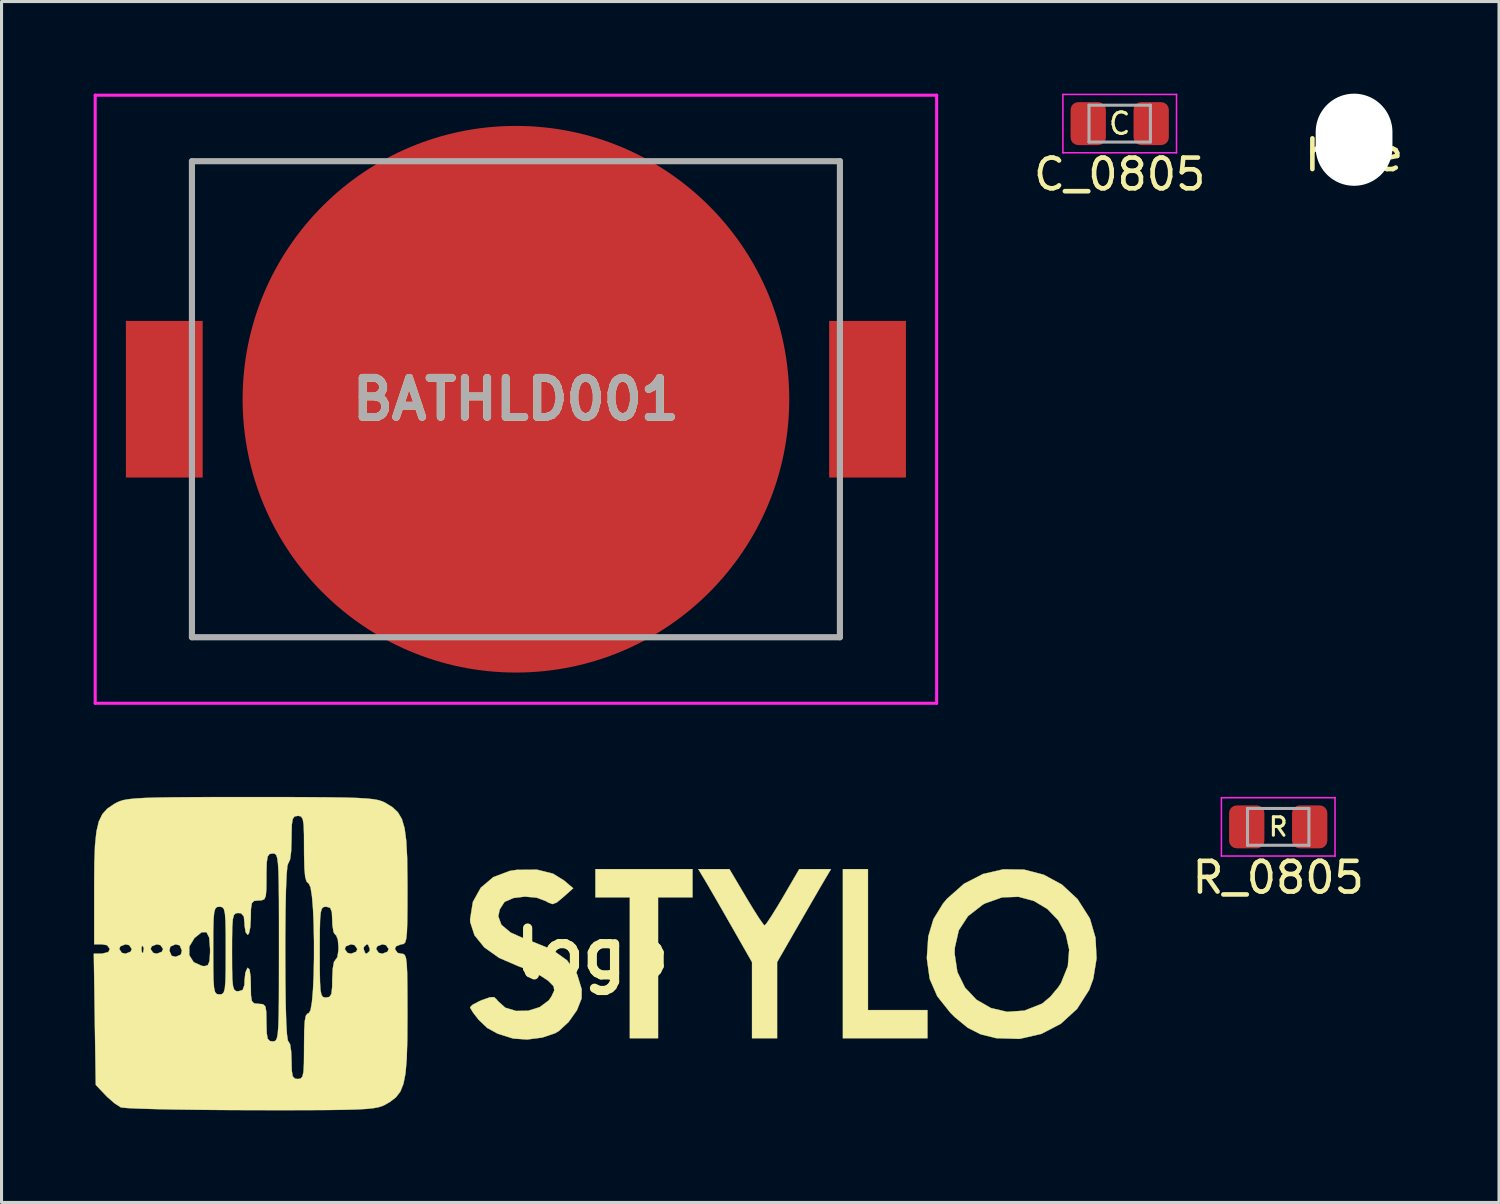
<source format=kicad_pcb>
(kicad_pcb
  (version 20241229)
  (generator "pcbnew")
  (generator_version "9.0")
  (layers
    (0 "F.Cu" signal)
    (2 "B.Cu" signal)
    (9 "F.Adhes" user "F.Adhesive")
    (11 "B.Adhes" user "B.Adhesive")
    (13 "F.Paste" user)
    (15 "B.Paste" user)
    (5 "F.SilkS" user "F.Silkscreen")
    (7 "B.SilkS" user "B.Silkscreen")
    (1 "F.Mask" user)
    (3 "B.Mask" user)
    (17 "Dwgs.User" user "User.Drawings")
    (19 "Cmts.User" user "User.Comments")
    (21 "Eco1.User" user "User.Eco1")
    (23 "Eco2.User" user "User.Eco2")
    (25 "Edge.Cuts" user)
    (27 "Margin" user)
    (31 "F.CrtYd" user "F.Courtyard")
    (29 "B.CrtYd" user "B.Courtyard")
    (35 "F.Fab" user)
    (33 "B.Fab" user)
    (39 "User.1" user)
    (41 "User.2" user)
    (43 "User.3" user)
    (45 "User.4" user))
  (footprint "logo"
    (layer "F.Cu")
    (at 16.236 28.005)
    (property "Reference" "logo" (at 0 0 0) (layer "F.SilkS") (effects (font (size 1.524 1.524) (thickness 0.3))))
    (attr through_hole)
    (fp_poly (pts (xy 8.977 1.836) (xy 10.915 1.836) (xy 10.915 2.754) (xy 8.161 2.754) (xy 8.161 -2.754) (xy 8.977 -2.754) (xy 8.977 1.836)) (stroke (width 0.01) (type solid)) (fill yes) (layer "F.SilkS"))
    (fp_poly (pts (xy 3.264 -1.836) (xy 2.142 -1.836) (xy 2.142 2.754) (xy 1.224 2.754) (xy 1.224 -1.836) (xy 0.102 -1.836) (xy 0.102 -2.754) (xy 3.264 -2.754) (xy 3.264 -1.836)) (stroke (width 0.01) (type solid)) (fill yes) (layer "F.SilkS"))
    (fp_poly (pts (xy 5.01 -1.836) (xy 5.239 -1.458) (xy 5.432 -1.155) (xy 5.566 -0.965) (xy 5.612 -0.918) (xy 5.684 -1.001) (xy 5.833 -1.224) (xy 6.036 -1.55) (xy 6.206 -1.836) (xy 6.741 -2.754) (xy 7.773 -2.754) (xy 7.547 -2.372) (xy 7.407 -2.134) (xy 7.195 -1.768) (xy 6.94 -1.326) (xy 6.669 -0.856) (xy 6.018 0.276) (xy 6.018 2.754) (xy 5.202 2.754) (xy 5.202 0.276) (xy 4.527 -0.907) (xy 4.257 -1.38) (xy 4.004 -1.819) (xy 3.797 -2.176) (xy 3.661 -2.407) (xy 3.652 -2.423) (xy 3.452 -2.754) (xy 4.466 -2.754) (xy 5.01 -1.836)) (stroke (width 0.01) (type solid)) (fill yes) (layer "F.SilkS"))
    (fp_poly (pts (xy 14.055 -2.739) (xy 14.7 -2.572) (xy 15.292 -2.251) (xy 15.799 -1.781) (xy 16.191 -1.166) (xy 16.211 -1.122) (xy 16.387 -0.517) (xy 16.421 0.155) (xy 16.314 0.816) (xy 16.182 1.177) (xy 15.786 1.798) (xy 15.257 2.281) (xy 14.624 2.611) (xy 13.916 2.773) (xy 13.164 2.751) (xy 13.149 2.749) (xy 12.65 2.626) (xy 12.226 2.412) (xy 11.806 2.067) (xy 11.659 1.921) (xy 11.233 1.385) (xy 10.987 0.82) (xy 10.897 0.172) (xy 10.896 0.117) (xy 10.904 0) (xy 11.799 0) (xy 11.889 0.597) (xy 12.137 1.103) (xy 12.511 1.499) (xy 12.98 1.769) (xy 13.51 1.893) (xy 14.07 1.854) (xy 14.628 1.634) (xy 14.665 1.612) (xy 14.918 1.399) (xy 15.172 1.096) (xy 15.263 0.957) (xy 15.486 0.406) (xy 15.529 -0.134) (xy 15.417 -0.641) (xy 15.172 -1.09) (xy 14.818 -1.457) (xy 14.379 -1.719) (xy 13.88 -1.853) (xy 13.343 -1.834) (xy 12.792 -1.638) (xy 12.712 -1.594) (xy 12.233 -1.221) (xy 11.935 -0.763) (xy 11.806 -0.197) (xy 11.799 0) (xy 10.904 0) (xy 10.942 -0.563) (xy 11.11 -1.126) (xy 11.42 -1.631) (xy 11.549 -1.786) (xy 12.102 -2.276) (xy 12.725 -2.596) (xy 13.386 -2.748) (xy 14.055 -2.739)) (stroke (width 0.01) (type solid)) (fill yes) (layer "F.SilkS"))
    (fp_poly (pts (xy -1.28 -2.607) (xy -0.925 -2.388) (xy -0.621 -2.131) (xy -0.944 -1.843) (xy -1.157 -1.666) (xy -1.299 -1.615) (xy -1.445 -1.672) (xy -1.507 -1.711) (xy -1.812 -1.825) (xy -2.195 -1.859) (xy -2.568 -1.813) (xy -2.846 -1.692) (xy -2.864 -1.676) (xy -3.014 -1.441) (xy -3.06 -1.217) (xy -2.959 -0.94) (xy -2.659 -0.689) (xy -2.161 -0.466) (xy -1.989 -0.409) (xy -1.311 -0.134) (xy -0.819 0.218) (xy -0.505 0.651) (xy -0.489 0.686) (xy -0.345 1.157) (xy -0.348 1.458) (xy -0.499 1.84) (xy -0.769 2.222) (xy -1.091 2.52) (xy -1.204 2.587) (xy -1.63 2.731) (xy -2.122 2.794) (xy -2.567 2.763) (xy -2.601 2.755) (xy -3.079 2.605) (xy -3.422 2.417) (xy -3.7 2.151) (xy -3.707 2.143) (xy -3.877 1.924) (xy -3.971 1.768) (xy -3.978 1.742) (xy -3.893 1.659) (xy -3.678 1.547) (xy -3.586 1.509) (xy -3.331 1.419) (xy -3.193 1.415) (xy -3.102 1.502) (xy -3.081 1.535) (xy -2.832 1.759) (xy -2.481 1.864) (xy -2.087 1.857) (xy -1.713 1.741) (xy -1.417 1.521) (xy -1.33 1.397) (xy -1.237 1.195) (xy -1.26 1.058) (xy -1.42 0.895) (xy -1.447 0.872) (xy -1.685 0.717) (xy -2.041 0.546) (xy -2.416 0.403) (xy -3.036 0.135) (xy -3.515 -0.205) (xy -3.834 -0.599) (xy -3.974 -1.026) (xy -3.978 -1.119) (xy -3.888 -1.685) (xy -3.63 -2.15) (xy -3.222 -2.494) (xy -2.685 -2.696) (xy -2.451 -2.731) (xy -1.799 -2.736) (xy -1.28 -2.607)) (stroke (width 0.01) (type solid)) (fill yes) (layer "F.SilkS"))
    (fp_poly (pts (xy -10.098 -5.1) (xy -9.26 -5.097) (xy -8.586 -5.092) (xy -8.055 -5.084) (xy -7.647 -5.071) (xy -7.341 -5.053) (xy -7.117 -5.029) (xy -6.954 -4.998) (xy -6.833 -4.959) (xy -6.739 -4.914) (xy -6.505 -4.77) (xy -6.328 -4.603) (xy -6.199 -4.383) (xy -6.111 -4.083) (xy -6.057 -3.673) (xy -6.028 -3.124) (xy -6.019 -2.409) (xy -6.018 -2.169) (xy -6.019 -1.511) (xy -6.024 -1.029) (xy -6.036 -0.697) (xy -6.058 -0.485) (xy -6.092 -0.368) (xy -6.143 -0.318) (xy -6.212 -0.306) (xy -6.222 -0.306) (xy -6.389 -0.242) (xy -6.427 -0.153) (xy -6.341 -0.028) (xy -6.222 0) (xy -6.153 0.008) (xy -6.101 0.05) (xy -6.065 0.152) (xy -6.041 0.341) (xy -6.027 0.643) (xy -6.021 1.085) (xy -6.019 1.692) (xy -6.018 2.016) (xy -6.023 2.808) (xy -6.042 3.424) (xy -6.081 3.891) (xy -6.148 4.237) (xy -6.25 4.49) (xy -6.393 4.676) (xy -6.584 4.824) (xy -6.739 4.914) (xy -6.839 4.961) (xy -6.962 5) (xy -7.126 5.03) (xy -7.352 5.054) (xy -7.661 5.071) (xy -8.073 5.083) (xy -8.609 5.09) (xy -9.288 5.094) (xy -10.132 5.095) (xy -11.117 5.094) (xy -12.011 5.09) (xy -12.847 5.083) (xy -13.601 5.073) (xy -14.249 5.059) (xy -14.77 5.044) (xy -15.139 5.026) (xy -15.333 5.008) (xy -15.352 5.003) (xy -15.55 4.876) (xy -15.793 4.665) (xy -15.862 4.594) (xy -16.168 4.271) (xy -16.2 2.136) (xy -16.231 0) (xy -15.97 0) (xy -15.761 -0.052) (xy -15.709 -0.153) (xy -15.403 -0.153) (xy -15.318 -0.028) (xy -15.199 0) (xy -15.033 -0.064) (xy -14.995 -0.153) (xy -15.001 -0.162) (xy -14.681 -0.162) (xy -14.662 -0.029) (xy -14.628 -0.028) (xy -14.605 -0.153) (xy -14.383 -0.153) (xy -14.298 -0.028) (xy -14.179 0) (xy -14.013 -0.064) (xy -13.997 -0.102) (xy -13.771 -0.102) (xy -13.699 0.068) (xy -13.567 0.102) (xy -13.441 0.049) (xy -13.123 0.049) (xy -12.978 0.277) (xy -12.707 0.398) (xy -12.623 0.405) (xy -12.519 0.374) (xy -12.465 0.245) (xy -12.446 -0.027) (xy -12.445 -0.102) (xy -12.343 -0.102) (xy -12.341 0.463) (xy -12.334 0.856) (xy -12.316 1.107) (xy -12.283 1.248) (xy -12.23 1.311) (xy -12.154 1.326) (xy -12.139 1.326) (xy -12.058 1.316) (xy -12.002 1.263) (xy -11.966 1.137) (xy -11.946 0.906) (xy -11.937 0.539) (xy -11.935 0.004) (xy -11.935 -0.051) (xy -11.731 -0.051) (xy -11.729 0.478) (xy -11.72 0.836) (xy -11.698 1.057) (xy -11.659 1.173) (xy -11.596 1.218) (xy -11.527 1.224) (xy -11.385 1.183) (xy -11.329 1.025) (xy -11.323 0.873) (xy -11.296 0.619) (xy -11.23 0.466) (xy -11.221 0.459) (xy -11.161 0.513) (xy -11.126 0.749) (xy -11.119 1.014) (xy -11.114 1.355) (xy -11.085 1.54) (xy -11.012 1.617) (xy -10.877 1.632) (xy -10.864 1.632) (xy -10.723 1.645) (xy -10.646 1.716) (xy -10.615 1.892) (xy -10.609 2.223) (xy -10.609 2.244) (xy -10.601 2.586) (xy -10.569 2.771) (xy -10.495 2.845) (xy -10.405 2.856) (xy -10.347 2.85) (xy -10.301 2.818) (xy -10.266 2.738) (xy -10.24 2.589) (xy -10.222 2.349) (xy -10.211 1.997) (xy -10.204 1.512) (xy -10.202 0.871) (xy -10.201 0.053) (xy -10.201 -0.051) (xy -9.997 -0.051) (xy -9.993 0.882) (xy -9.983 1.643) (xy -9.966 2.226) (xy -9.942 2.624) (xy -9.913 2.828) (xy -9.895 2.856) (xy -9.84 2.949) (xy -9.804 3.192) (xy -9.793 3.468) (xy -9.785 3.81) (xy -9.753 3.995) (xy -9.679 4.069) (xy -9.589 4.08) (xy -9.498 4.067) (xy -9.439 4.003) (xy -9.405 3.851) (xy -9.389 3.577) (xy -9.385 3.143) (xy -9.385 3.009) (xy -9.38 2.52) (xy -9.363 2.202) (xy -9.328 2.022) (xy -9.272 1.947) (xy -9.232 1.938) (xy -9.175 1.842) (xy -9.129 1.579) (xy -9.095 1.186) (xy -9.072 0.698) (xy -9.061 0.153) (xy -9.061 -0.051) (xy -8.875 -0.051) (xy -8.873 0.526) (xy -8.866 0.929) (xy -8.849 1.19) (xy -8.818 1.34) (xy -8.768 1.409) (xy -8.696 1.428) (xy -8.671 1.428) (xy -8.557 1.406) (xy -8.495 1.308) (xy -8.47 1.087) (xy -8.467 0.816) (xy -8.451 0.49) (xy -8.411 0.269) (xy -8.365 0.204) (xy -8.301 0.114) (xy -8.265 -0.113) (xy -8.264 -0.153) (xy -8.059 -0.153) (xy -7.974 -0.028) (xy -7.855 0) (xy -7.688 -0.064) (xy -7.651 -0.153) (xy -7.447 -0.153) (xy -7.392 -0.017) (xy -7.345 0) (xy -7.254 -0.083) (xy -7.243 -0.153) (xy -7.039 -0.153) (xy -6.954 -0.028) (xy -6.835 0) (xy -6.668 -0.064) (xy -6.631 -0.153) (xy -6.716 -0.278) (xy -6.835 -0.306) (xy -7.001 -0.242) (xy -7.039 -0.153) (xy -7.243 -0.153) (xy -7.298 -0.289) (xy -7.345 -0.306) (xy -7.435 -0.223) (xy -7.447 -0.153) (xy -7.651 -0.153) (xy -7.736 -0.278) (xy -7.855 -0.306) (xy -8.021 -0.242) (xy -8.059 -0.153) (xy -8.264 -0.153) (xy -8.263 -0.204) (xy -8.285 -0.46) (xy -8.342 -0.602) (xy -8.365 -0.612) (xy -8.425 -0.703) (xy -8.462 -0.934) (xy -8.467 -1.071) (xy -8.48 -1.358) (xy -8.535 -1.494) (xy -8.656 -1.53) (xy -8.671 -1.53) (xy -8.75 -1.52) (xy -8.806 -1.468) (xy -8.842 -1.345) (xy -8.863 -1.119) (xy -8.872 -0.759) (xy -8.875 -0.235) (xy -8.875 -0.051) (xy -9.061 -0.051) (xy -9.061 -0.413) (xy -9.072 -0.964) (xy -9.094 -1.462) (xy -9.128 -1.872) (xy -9.173 -2.157) (xy -9.23 -2.28) (xy -9.232 -2.281) (xy -9.303 -2.348) (xy -9.349 -2.506) (xy -9.374 -2.788) (xy -9.384 -3.23) (xy -9.385 -3.414) (xy -9.387 -3.893) (xy -9.399 -4.203) (xy -9.428 -4.382) (xy -9.48 -4.465) (xy -9.562 -4.488) (xy -9.589 -4.488) (xy -9.693 -4.47) (xy -9.754 -4.388) (xy -9.784 -4.199) (xy -9.792 -3.861) (xy -9.793 -3.723) (xy -9.805 -3.338) (xy -9.84 -3.069) (xy -9.89 -2.959) (xy -9.895 -2.958) (xy -9.928 -2.857) (xy -9.954 -2.56) (xy -9.975 -2.073) (xy -9.989 -1.404) (xy -9.996 -0.56) (xy -9.997 -0.051) (xy -10.201 -0.051) (xy -10.201 -0.204) (xy -10.201 -1.074) (xy -10.203 -1.761) (xy -10.209 -2.287) (xy -10.219 -2.673) (xy -10.235 -2.941) (xy -10.258 -3.113) (xy -10.29 -3.21) (xy -10.333 -3.253) (xy -10.388 -3.264) (xy -10.405 -3.264) (xy -10.509 -3.246) (xy -10.57 -3.164) (xy -10.6 -2.975) (xy -10.609 -2.637) (xy -10.609 -2.499) (xy -10.612 -2.11) (xy -10.631 -1.882) (xy -10.68 -1.772) (xy -10.774 -1.737) (xy -10.864 -1.734) (xy -11.01 -1.72) (xy -11.086 -1.643) (xy -11.115 -1.453) (xy -11.119 -1.173) (xy -11.136 -0.866) (xy -11.179 -0.662) (xy -11.221 -0.612) (xy -11.288 -0.702) (xy -11.322 -0.922) (xy -11.323 -0.969) (xy -11.346 -1.215) (xy -11.435 -1.314) (xy -11.527 -1.326) (xy -11.612 -1.314) (xy -11.669 -1.258) (xy -11.704 -1.122) (xy -11.723 -0.875) (xy -11.73 -0.483) (xy -11.731 -0.051) (xy -11.935 -0.051) (xy -11.935 -0.102) (xy -11.936 -0.667) (xy -11.944 -1.06) (xy -11.962 -1.311) (xy -11.995 -1.452) (xy -12.047 -1.515) (xy -12.124 -1.53) (xy -12.139 -1.53) (xy -12.22 -1.52) (xy -12.276 -1.467) (xy -12.312 -1.341) (xy -12.332 -1.11) (xy -12.341 -0.743) (xy -12.343 -0.208) (xy -12.343 -0.102) (xy -12.445 -0.102) (xy -12.445 -0.153) (xy -12.473 -0.524) (xy -12.563 -0.703) (xy -12.721 -0.697) (xy -12.955 -0.51) (xy -13.122 -0.232) (xy -13.123 0.049) (xy -13.441 0.049) (xy -13.397 0.03) (xy -13.363 -0.102) (xy -13.435 -0.272) (xy -13.567 -0.306) (xy -13.738 -0.234) (xy -13.771 -0.102) (xy -13.997 -0.102) (xy -13.975 -0.153) (xy -14.06 -0.278) (xy -14.179 -0.306) (xy -14.345 -0.242) (xy -14.383 -0.153) (xy -14.605 -0.153) (xy -14.603 -0.164) (xy -14.619 -0.223) (xy -14.665 -0.262) (xy -14.681 -0.162) (xy -15.001 -0.162) (xy -15.08 -0.278) (xy -15.199 -0.306) (xy -15.365 -0.242) (xy -15.403 -0.153) (xy -15.709 -0.153) (xy -15.798 -0.276) (xy -15.964 -0.306) (xy -16.219 -0.306) (xy -16.219 -2.169) (xy -16.214 -2.938) (xy -16.192 -3.531) (xy -16.146 -3.977) (xy -16.068 -4.306) (xy -15.952 -4.546) (xy -15.789 -4.726) (xy -15.572 -4.873) (xy -15.499 -4.914) (xy -15.398 -4.961) (xy -15.275 -5) (xy -15.11 -5.03) (xy -14.882 -5.054) (xy -14.57 -5.072) (xy -14.155 -5.085) (xy -13.616 -5.093) (xy -12.934 -5.098) (xy -12.086 -5.1) (xy -11.119 -5.1) (xy -10.098 -5.1)) (stroke (width 0.01) (type solid)) (fill yes) (layer "F.SilkS")))
  (footprint "C_0805"
    (layer "F.Cu")
    (at 33.411 0.975)
    (property "Reference" "C_0805" (at 0 1.651 0) (layer "F.SilkS") (effects (font (size 1 1) (thickness 0.15))))
    (attr through_hole)
    (fp_line (start -1.85 -0.95) (end 1.85 -0.95) (stroke (width 0.05) (type solid)) (layer "F.CrtYd"))
    (fp_line (start -1.85 0.95) (end -1.85 -0.95) (stroke (width 0.05) (type solid)) (layer "F.CrtYd"))
    (fp_line (start 1.85 -0.95) (end 1.85 0.95) (stroke (width 0.05) (type solid)) (layer "F.CrtYd"))
    (fp_line (start 1.85 0.95) (end -1.85 0.95) (stroke (width 0.05) (type solid)) (layer "F.CrtYd"))
    (fp_line (start -1 -0.6) (end 1 -0.6) (stroke (width 0.1) (type solid)) (layer "F.Fab"))
    (fp_line (start -1 0.6) (end -1 -0.6) (stroke (width 0.1) (type solid)) (layer "F.Fab"))
    (fp_line (start 1 -0.6) (end 1 0.6) (stroke (width 0.1) (type solid)) (layer "F.Fab"))
    (fp_line (start 1 0.6) (end -1 0.6) (stroke (width 0.1) (type solid)) (layer "F.Fab"))
    (fp_text user "C" (at 0 0 0) (layer "F.SilkS") (effects (font (size 0.7 0.7) (thickness 0.1))))
    (pad "1" smd roundrect (at -1.025 0) (size 1.15 1.4) (layers "F.Cu" "F.Mask" "F.Paste") (roundrect_rratio 0.217))
    (pad "2" smd roundrect (at 1.025 0) (size 1.15 1.4) (layers "F.Cu" "F.Mask" "F.Paste") (roundrect_rratio 0.217)))
  (footprint "BATHLD001"
    (layer "F.Cu")
    (at 13.75 9.95)
    (property "Reference" "BATHLD001" (at 0 0 0) (layer "F.SilkS") (effects (font (size 1.27 1.27) (thickness 0.254))))
    (attr smd)
    (fp_line (start -13.7 -9.9) (end 13.7 -9.9) (stroke (width 0.1) (type solid)) (layer "F.CrtYd"))
    (fp_line (start -13.7 9.9) (end -13.7 -9.9) (stroke (width 0.1) (type solid)) (layer "F.CrtYd"))
    (fp_line (start 13.7 -9.9) (end 13.7 9.9) (stroke (width 0.1) (type solid)) (layer "F.CrtYd"))
    (fp_line (start 13.7 9.9) (end -13.7 9.9) (stroke (width 0.1) (type solid)) (layer "F.CrtYd"))
    (fp_line (start -10.55 -7.75) (end 10.55 -7.75) (stroke (width 0.2) (type solid)) (layer "F.Fab"))
    (fp_line (start -10.55 7.75) (end -10.55 -7.75) (stroke (width 0.2) (type solid)) (layer "F.Fab"))
    (fp_line (start 10.55 -7.75) (end 10.55 7.75) (stroke (width 0.2) (type solid)) (layer "F.Fab"))
    (fp_line (start 10.55 7.75) (end -10.55 7.75) (stroke (width 0.2) (type solid)) (layer "F.Fab"))
    (fp_text user "${REFERENCE}" (at 0 0 0) (layer "F.Fab") (effects (font (size 1.27 1.27) (thickness 0.254))))
    (pad "" smd rect (at -11.45 0) (size 2.5 5.1) (layers "F.Cu" "F.Mask" "F.Paste"))
    (pad "1" smd rect (at 11.45 0) (size 2.5 5.1) (layers "F.Cu" "F.Mask" "F.Paste"))
    (pad "2" smd circle (at 0 0 90) (size 17.8 17.8) (layers "F.Cu" "F.Mask" "F.Paste")))
  (footprint "hole"
    (layer "F.Cu")
    (at 41.042 1.5)
    (property "Reference" "hole" (at 0 0.5 0) (layer "F.SilkS") (effects (font (size 1 1) (thickness 0.15))))
    (attr through_hole)
    (pad "" np_thru_hole oval (at 0 0) (size 2.5 3) (drill oval 2.5 3) (layers "*.Cu" "*.Mask")))
  (footprint "R_0805"
    (layer "F.Cu")
    (at 38.572 23.875)
    (property "Reference" "R_0805" (at 0 1.651 0) (layer "F.SilkS") (effects (font (size 1 1) (thickness 0.15))))
    (attr through_hole)
    (fp_line (start -1.85 -0.95) (end 1.85 -0.95) (stroke (width 0.05) (type solid)) (layer "F.CrtYd"))
    (fp_line (start -1.85 0.95) (end -1.85 -0.95) (stroke (width 0.05) (type solid)) (layer "F.CrtYd"))
    (fp_line (start 1.85 -0.95) (end 1.85 0.95) (stroke (width 0.05) (type solid)) (layer "F.CrtYd"))
    (fp_line (start 1.85 0.95) (end -1.85 0.95) (stroke (width 0.05) (type solid)) (layer "F.CrtYd"))
    (fp_line (start -1 -0.6) (end 1 -0.6) (stroke (width 0.1) (type solid)) (layer "F.Fab"))
    (fp_line (start -1 0.6) (end -1 -0.6) (stroke (width 0.1) (type solid)) (layer "F.Fab"))
    (fp_line (start 1 -0.6) (end 1 0.6) (stroke (width 0.1) (type solid)) (layer "F.Fab"))
    (fp_line (start 1 0.6) (end -1 0.6) (stroke (width 0.1) (type solid)) (layer "F.Fab"))
    (fp_text user "R" (at 0 0 0) (layer "F.SilkS") (effects (font (size 0.6 0.6) (thickness 0.1))))
    (pad "1" smd roundrect (at -1.025 0) (size 1.15 1.4) (layers "F.Cu" "F.Mask" "F.Paste") (roundrect_rratio 0.217))
    (pad "2" smd roundrect (at 1.025 0) (size 1.15 1.4) (layers "F.Cu" "F.Mask" "F.Paste") (roundrect_rratio 0.217)))
  (gr_rect
    (start -3 -3)
    (end 45.762 36.105)
    (stroke (width 0.1) (type default))
    (fill no)
    (layer "Edge.Cuts")))
</source>
